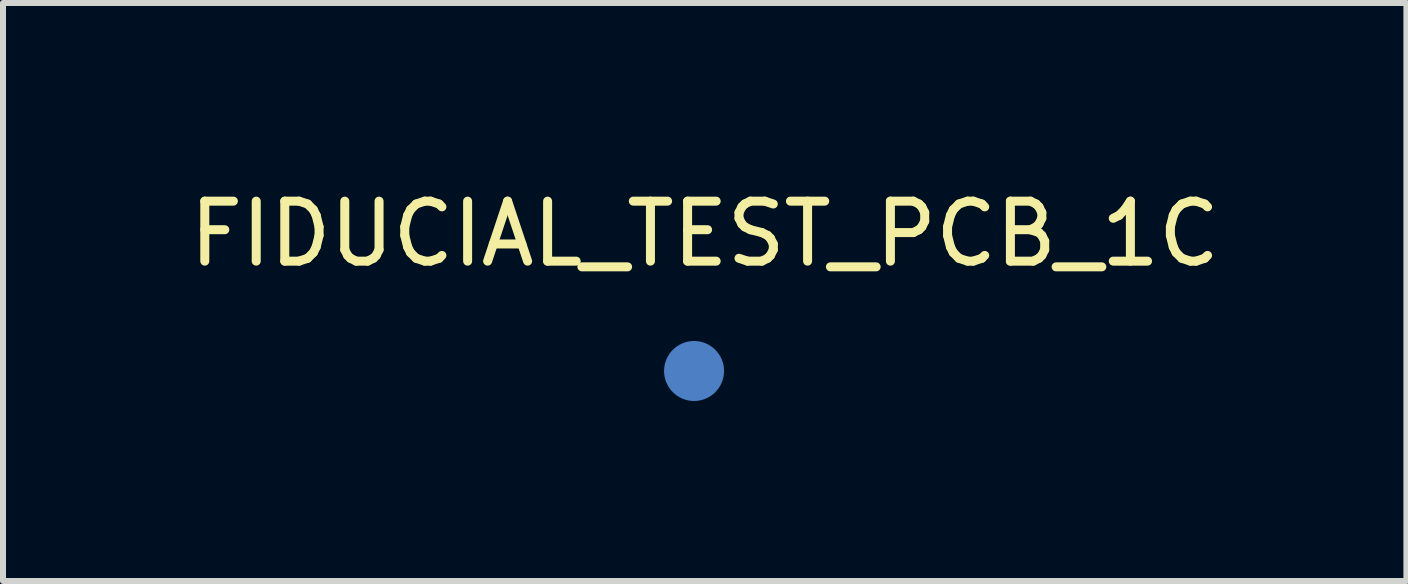
<source format=kicad_pcb>
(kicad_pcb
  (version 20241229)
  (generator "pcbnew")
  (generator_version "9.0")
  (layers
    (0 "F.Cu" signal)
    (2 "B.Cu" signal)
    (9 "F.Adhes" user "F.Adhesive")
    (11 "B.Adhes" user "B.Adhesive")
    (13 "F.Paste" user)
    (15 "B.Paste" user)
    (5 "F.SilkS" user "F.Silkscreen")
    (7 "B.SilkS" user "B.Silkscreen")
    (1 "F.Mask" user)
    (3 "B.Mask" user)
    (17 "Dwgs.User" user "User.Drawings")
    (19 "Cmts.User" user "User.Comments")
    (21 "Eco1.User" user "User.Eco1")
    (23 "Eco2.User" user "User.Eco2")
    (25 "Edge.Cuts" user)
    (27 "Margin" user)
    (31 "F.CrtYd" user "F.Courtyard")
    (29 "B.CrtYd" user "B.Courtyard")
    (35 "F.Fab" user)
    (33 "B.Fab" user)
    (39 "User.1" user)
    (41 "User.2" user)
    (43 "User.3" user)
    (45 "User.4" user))
  (footprint "FIDUCIAL_TEST_PCB_1C"
    (layer "F.Cu")
    (at 8.519 3.134)
    (property "Reference" "FIDUCIAL_TEST_PCB_1C" (at 0.178 -2.286 0) (layer "F.SilkS") (effects (font (size 1 1) (thickness 0.15))))
    (attr through_hole)
    (pad "1" smd circle (at 0 0) (size 1 1) (layers "B.Cu" "B.Mask")))
  (gr_rect
    (start -3 -3)
    (end 20.393 6.634)
    (stroke (width 0.1) (type default))
    (fill no)
    (layer "Edge.Cuts")))
</source>
